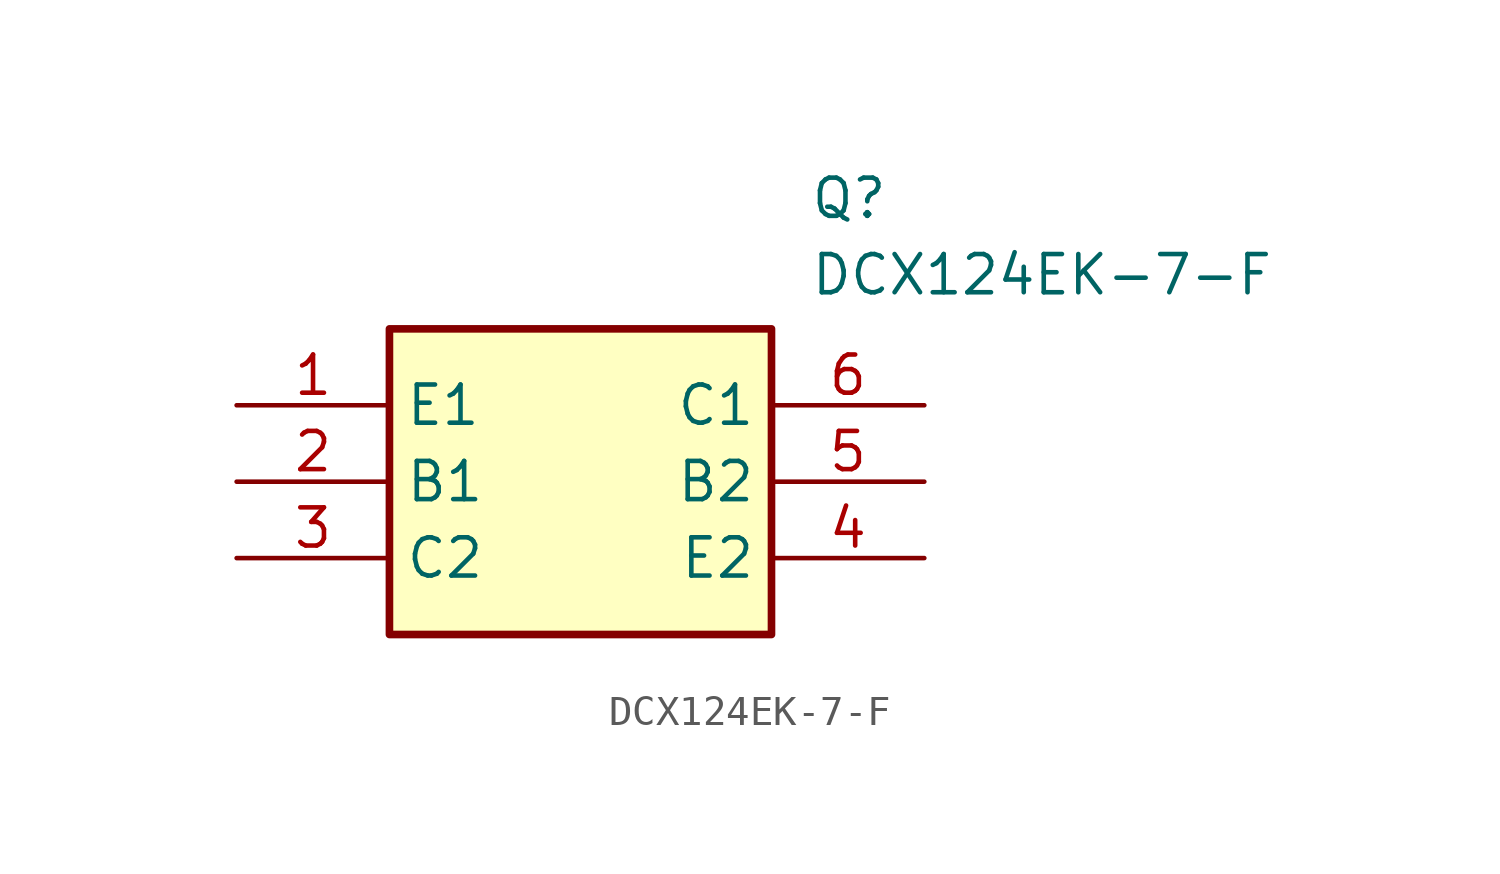
<source format=kicad_sym>
(kicad_symbol_lib
  (version 20211014)
  (generator SamacSys_ECAD_Model)
  (symbol "DCX124EK-7-F"
    (property "Reference" "Q"
      (at 19.05 7.62 0)
      (effects (font (size 1.27 1.27)) (justify left top)))
    (property "Value" "DCX124EK-7-F"
      (at 19.05 5.08 0)
      (effects (font (size 1.27 1.27)) (justify left top)))
    (rectangle
      (start 5.08 2.54)
      (end 17.78 -7.62)
      (stroke (width 0.254) (type default))
      (fill (type background)))
    (pin passive line
      (at 0 0 0)
      (length 5.08)
      (name "E1" (effects (font (size 1.27 1.27))))
      (number "1" (effects (font (size 1.27 1.27)))))
    (pin passive line
      (at 0 -2.54 0)
      (length 5.08)
      (name "B1" (effects (font (size 1.27 1.27))))
      (number "2" (effects (font (size 1.27 1.27)))))
    (pin passive line
      (at 0 -5.08 0)
      (length 5.08)
      (name "C2" (effects (font (size 1.27 1.27))))
      (number "3" (effects (font (size 1.27 1.27)))))
    (pin passive line
      (at 22.86 0 180)
      (length 5.08)
      (name "C1" (effects (font (size 1.27 1.27))))
      (number "6" (effects (font (size 1.27 1.27)))))
    (pin passive line
      (at 22.86 -2.54 180)
      (length 5.08)
      (name "B2" (effects (font (size 1.27 1.27))))
      (number "5" (effects (font (size 1.27 1.27)))))
    (pin passive line
      (at 22.86 -5.08 180)
      (length 5.08)
      (name "E2" (effects (font (size 1.27 1.27))))
      (number "4" (effects (font (size 1.27 1.27)))))))
</source>
